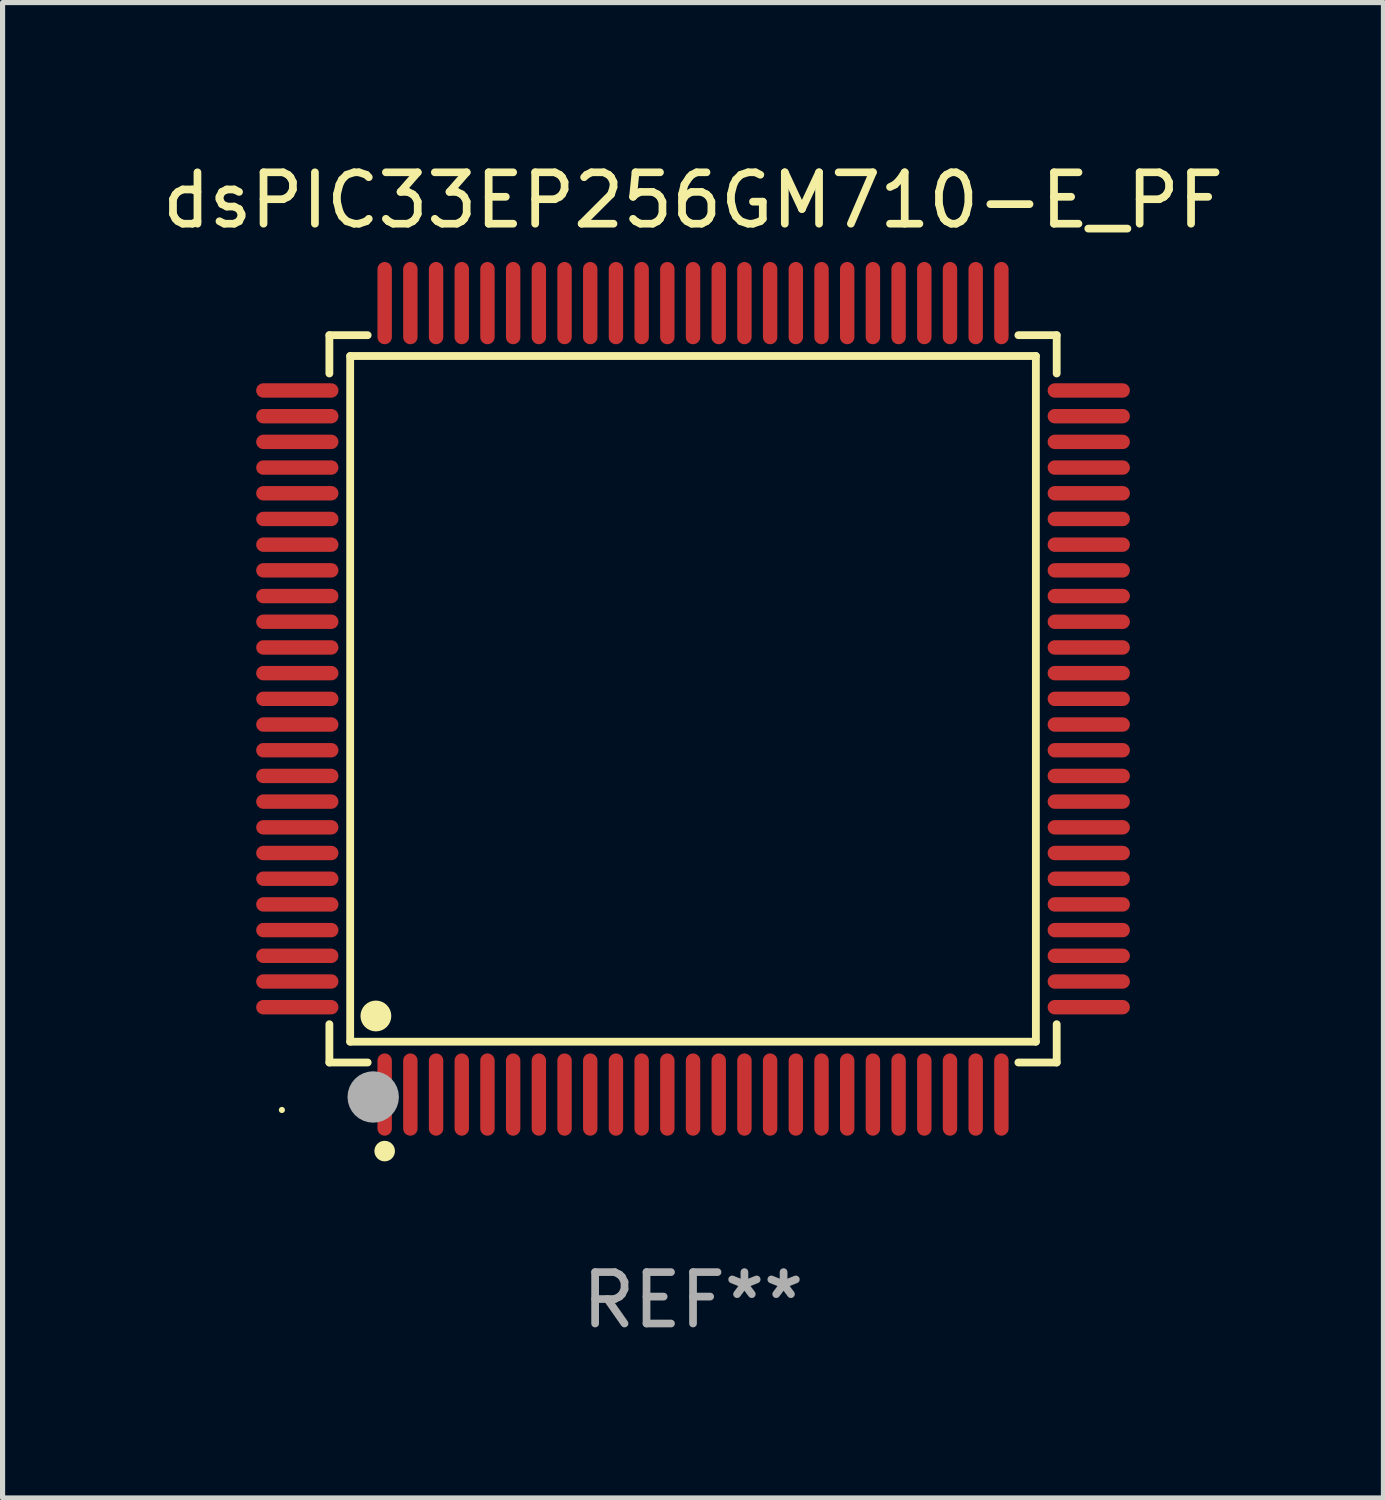
<source format=kicad_pcb>
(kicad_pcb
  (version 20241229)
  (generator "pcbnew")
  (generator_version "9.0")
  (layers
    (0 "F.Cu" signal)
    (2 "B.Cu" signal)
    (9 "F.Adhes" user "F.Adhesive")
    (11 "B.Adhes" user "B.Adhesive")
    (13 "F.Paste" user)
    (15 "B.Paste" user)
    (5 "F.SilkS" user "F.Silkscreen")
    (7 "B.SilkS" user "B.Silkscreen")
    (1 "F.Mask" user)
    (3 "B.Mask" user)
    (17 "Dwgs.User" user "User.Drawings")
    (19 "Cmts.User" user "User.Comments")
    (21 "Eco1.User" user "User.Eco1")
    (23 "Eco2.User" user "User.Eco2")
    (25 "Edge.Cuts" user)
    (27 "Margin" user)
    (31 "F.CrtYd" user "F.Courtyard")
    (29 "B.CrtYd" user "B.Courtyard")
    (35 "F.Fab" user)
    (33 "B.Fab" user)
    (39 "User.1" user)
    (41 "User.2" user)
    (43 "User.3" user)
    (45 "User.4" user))
  (footprint "dsPIC33EP256GM710-E_PF"
    (layer "F.Cu")
    (at 10.435 10.548)
    (property "Reference" "dsPIC33EP256GM710-E_PF" (at 0 -9.7 0) (layer "F.SilkS") (effects (font (size 1 1) (thickness 0.15))))
    (attr through_hole)
    (fp_line (start -7.076 -7.076) (end -6.331 -7.076) (stroke (width 0.152) (type solid)) (layer "F.SilkS"))
    (fp_line (start -7.076 -6.331) (end -7.076 -7.076) (stroke (width 0.152) (type solid)) (layer "F.SilkS"))
    (fp_line (start -7.076 6.331) (end -7.076 7.076) (stroke (width 0.152) (type solid)) (layer "F.SilkS"))
    (fp_line (start -7.076 7.076) (end -6.331 7.076) (stroke (width 0.152) (type solid)) (layer "F.SilkS"))
    (fp_line (start -6.671 -6.671) (end 6.671 -6.671) (stroke (width 0.152) (type solid)) (layer "F.SilkS"))
    (fp_line (start -6.671 6.671) (end -6.671 -6.671) (stroke (width 0.152) (type solid)) (layer "F.SilkS"))
    (fp_line (start 6.671 -6.671) (end 6.671 6.671) (stroke (width 0.152) (type solid)) (layer "F.SilkS"))
    (fp_line (start 6.671 6.671) (end -6.671 6.671) (stroke (width 0.152) (type solid)) (layer "F.SilkS"))
    (fp_line (start 7.076 -7.076) (end 6.331 -7.076) (stroke (width 0.152) (type solid)) (layer "F.SilkS"))
    (fp_line (start 7.076 -6.331) (end 7.076 -7.076) (stroke (width 0.152) (type solid)) (layer "F.SilkS"))
    (fp_line (start 7.076 6.331) (end 7.076 7.076) (stroke (width 0.152) (type solid)) (layer "F.SilkS"))
    (fp_line (start 7.076 7.076) (end 6.331 7.076) (stroke (width 0.152) (type solid)) (layer "F.SilkS"))
    (fp_circle (center -8 8) (end -7.97 8) (stroke (width 0.06) (type solid)) (fill no) (layer "F.SilkS"))
    (fp_circle (center -6.171 6.171) (end -6.021 6.171) (stroke (width 0.3) (type solid)) (fill no) (layer "F.SilkS"))
    (fp_circle (center -6 8.8) (end -5.9 8.8) (stroke (width 0.2) (type solid)) (fill no) (layer "F.SilkS"))
    (fp_circle (center -6.223 7.747) (end -5.973 7.747) (stroke (width 0.5) (type solid)) (fill no) (layer "F.Fab"))
    (fp_text user "REF**" (at 0 11.7 0) (layer "F.Fab") (effects (font (size 1 1) (thickness 0.15))))
    (pad "1" smd oval (at -6 7.7) (size 0.28 1.6) (layers "F.Cu" "F.Mask" "F.Paste"))
    (pad "2" smd oval (at -5.5 7.7) (size 0.28 1.6) (layers "F.Cu" "F.Mask" "F.Paste"))
    (pad "3" smd oval (at -5 7.7) (size 0.28 1.6) (layers "F.Cu" "F.Mask" "F.Paste"))
    (pad "4" smd oval (at -4.5 7.7) (size 0.28 1.6) (layers "F.Cu" "F.Mask" "F.Paste"))
    (pad "5" smd oval (at -4 7.7) (size 0.28 1.6) (layers "F.Cu" "F.Mask" "F.Paste"))
    (pad "6" smd oval (at -3.5 7.7) (size 0.28 1.6) (layers "F.Cu" "F.Mask" "F.Paste"))
    (pad "7" smd oval (at -3 7.7) (size 0.28 1.6) (layers "F.Cu" "F.Mask" "F.Paste"))
    (pad "8" smd oval (at -2.5 7.7) (size 0.28 1.6) (layers "F.Cu" "F.Mask" "F.Paste"))
    (pad "9" smd oval (at -2 7.7) (size 0.28 1.6) (layers "F.Cu" "F.Mask" "F.Paste"))
    (pad "10" smd oval (at -1.5 7.7) (size 0.28 1.6) (layers "F.Cu" "F.Mask" "F.Paste"))
    (pad "11" smd oval (at -1 7.7) (size 0.28 1.6) (layers "F.Cu" "F.Mask" "F.Paste"))
    (pad "12" smd oval (at -0.5 7.7) (size 0.28 1.6) (layers "F.Cu" "F.Mask" "F.Paste"))
    (pad "13" smd oval (at 0 7.7) (size 0.28 1.6) (layers "F.Cu" "F.Mask" "F.Paste"))
    (pad "14" smd oval (at 0.5 7.7) (size 0.28 1.6) (layers "F.Cu" "F.Mask" "F.Paste"))
    (pad "15" smd oval (at 1 7.7) (size 0.28 1.6) (layers "F.Cu" "F.Mask" "F.Paste"))
    (pad "16" smd oval (at 1.5 7.7) (size 0.28 1.6) (layers "F.Cu" "F.Mask" "F.Paste"))
    (pad "17" smd oval (at 2 7.7) (size 0.28 1.6) (layers "F.Cu" "F.Mask" "F.Paste"))
    (pad "18" smd oval (at 2.5 7.7) (size 0.28 1.6) (layers "F.Cu" "F.Mask" "F.Paste"))
    (pad "19" smd oval (at 3 7.7) (size 0.28 1.6) (layers "F.Cu" "F.Mask" "F.Paste"))
    (pad "20" smd oval (at 3.5 7.7) (size 0.28 1.6) (layers "F.Cu" "F.Mask" "F.Paste"))
    (pad "21" smd oval (at 4 7.7) (size 0.28 1.6) (layers "F.Cu" "F.Mask" "F.Paste"))
    (pad "22" smd oval (at 4.5 7.7) (size 0.28 1.6) (layers "F.Cu" "F.Mask" "F.Paste"))
    (pad "23" smd oval (at 5 7.7) (size 0.28 1.6) (layers "F.Cu" "F.Mask" "F.Paste"))
    (pad "24" smd oval (at 5.5 7.7) (size 0.28 1.6) (layers "F.Cu" "F.Mask" "F.Paste"))
    (pad "25" smd oval (at 6 7.7) (size 0.28 1.6) (layers "F.Cu" "F.Mask" "F.Paste"))
    (pad "26" smd oval (at 7.7 6) (size 1.6 0.28) (layers "F.Cu" "F.Mask" "F.Paste"))
    (pad "27" smd oval (at 7.7 5.5) (size 1.6 0.28) (layers "F.Cu" "F.Mask" "F.Paste"))
    (pad "28" smd oval (at 7.7 5) (size 1.6 0.28) (layers "F.Cu" "F.Mask" "F.Paste"))
    (pad "29" smd oval (at 7.7 4.5) (size 1.6 0.28) (layers "F.Cu" "F.Mask" "F.Paste"))
    (pad "30" smd oval (at 7.7 4) (size 1.6 0.28) (layers "F.Cu" "F.Mask" "F.Paste"))
    (pad "31" smd oval (at 7.7 3.5) (size 1.6 0.28) (layers "F.Cu" "F.Mask" "F.Paste"))
    (pad "32" smd oval (at 7.7 3) (size 1.6 0.28) (layers "F.Cu" "F.Mask" "F.Paste"))
    (pad "33" smd oval (at 7.7 2.5) (size 1.6 0.28) (layers "F.Cu" "F.Mask" "F.Paste"))
    (pad "34" smd oval (at 7.7 2) (size 1.6 0.28) (layers "F.Cu" "F.Mask" "F.Paste"))
    (pad "35" smd oval (at 7.7 1.5) (size 1.6 0.28) (layers "F.Cu" "F.Mask" "F.Paste"))
    (pad "36" smd oval (at 7.7 1) (size 1.6 0.28) (layers "F.Cu" "F.Mask" "F.Paste"))
    (pad "37" smd oval (at 7.7 0.5) (size 1.6 0.28) (layers "F.Cu" "F.Mask" "F.Paste"))
    (pad "38" smd oval (at 7.7 0) (size 1.6 0.28) (layers "F.Cu" "F.Mask" "F.Paste"))
    (pad "39" smd oval (at 7.7 -0.5) (size 1.6 0.28) (layers "F.Cu" "F.Mask" "F.Paste"))
    (pad "40" smd oval (at 7.7 -1) (size 1.6 0.28) (layers "F.Cu" "F.Mask" "F.Paste"))
    (pad "41" smd oval (at 7.7 -1.5) (size 1.6 0.28) (layers "F.Cu" "F.Mask" "F.Paste"))
    (pad "42" smd oval (at 7.7 -2) (size 1.6 0.28) (layers "F.Cu" "F.Mask" "F.Paste"))
    (pad "43" smd oval (at 7.7 -2.5) (size 1.6 0.28) (layers "F.Cu" "F.Mask" "F.Paste"))
    (pad "44" smd oval (at 7.7 -3) (size 1.6 0.28) (layers "F.Cu" "F.Mask" "F.Paste"))
    (pad "45" smd oval (at 7.7 -3.5) (size 1.6 0.28) (layers "F.Cu" "F.Mask" "F.Paste"))
    (pad "46" smd oval (at 7.7 -4) (size 1.6 0.28) (layers "F.Cu" "F.Mask" "F.Paste"))
    (pad "47" smd oval (at 7.7 -4.5) (size 1.6 0.28) (layers "F.Cu" "F.Mask" "F.Paste"))
    (pad "48" smd oval (at 7.7 -5) (size 1.6 0.28) (layers "F.Cu" "F.Mask" "F.Paste"))
    (pad "49" smd oval (at 7.7 -5.5) (size 1.6 0.28) (layers "F.Cu" "F.Mask" "F.Paste"))
    (pad "50" smd oval (at 7.7 -6) (size 1.6 0.28) (layers "F.Cu" "F.Mask" "F.Paste"))
    (pad "51" smd oval (at 6 -7.7) (size 0.28 1.6) (layers "F.Cu" "F.Mask" "F.Paste"))
    (pad "52" smd oval (at 5.5 -7.7) (size 0.28 1.6) (layers "F.Cu" "F.Mask" "F.Paste"))
    (pad "53" smd oval (at 5 -7.7) (size 0.28 1.6) (layers "F.Cu" "F.Mask" "F.Paste"))
    (pad "54" smd oval (at 4.5 -7.7) (size 0.28 1.6) (layers "F.Cu" "F.Mask" "F.Paste"))
    (pad "55" smd oval (at 4 -7.7) (size 0.28 1.6) (layers "F.Cu" "F.Mask" "F.Paste"))
    (pad "56" smd oval (at 3.5 -7.7) (size 0.28 1.6) (layers "F.Cu" "F.Mask" "F.Paste"))
    (pad "57" smd oval (at 3 -7.7) (size 0.28 1.6) (layers "F.Cu" "F.Mask" "F.Paste"))
    (pad "58" smd oval (at 2.5 -7.7) (size 0.28 1.6) (layers "F.Cu" "F.Mask" "F.Paste"))
    (pad "59" smd oval (at 2 -7.7) (size 0.28 1.6) (layers "F.Cu" "F.Mask" "F.Paste"))
    (pad "60" smd oval (at 1.5 -7.7) (size 0.28 1.6) (layers "F.Cu" "F.Mask" "F.Paste"))
    (pad "61" smd oval (at 1 -7.7) (size 0.28 1.6) (layers "F.Cu" "F.Mask" "F.Paste"))
    (pad "62" smd oval (at 0.5 -7.7) (size 0.28 1.6) (layers "F.Cu" "F.Mask" "F.Paste"))
    (pad "63" smd oval (at 0 -7.7) (size 0.28 1.6) (layers "F.Cu" "F.Mask" "F.Paste"))
    (pad "64" smd oval (at -0.5 -7.7) (size 0.28 1.6) (layers "F.Cu" "F.Mask" "F.Paste"))
    (pad "65" smd oval (at -1 -7.7) (size 0.28 1.6) (layers "F.Cu" "F.Mask" "F.Paste"))
    (pad "66" smd oval (at -1.5 -7.7) (size 0.28 1.6) (layers "F.Cu" "F.Mask" "F.Paste"))
    (pad "67" smd oval (at -2 -7.7) (size 0.28 1.6) (layers "F.Cu" "F.Mask" "F.Paste"))
    (pad "68" smd oval (at -2.5 -7.7) (size 0.28 1.6) (layers "F.Cu" "F.Mask" "F.Paste"))
    (pad "69" smd oval (at -3 -7.7) (size 0.28 1.6) (layers "F.Cu" "F.Mask" "F.Paste"))
    (pad "70" smd oval (at -3.5 -7.7) (size 0.28 1.6) (layers "F.Cu" "F.Mask" "F.Paste"))
    (pad "71" smd oval (at -4 -7.7) (size 0.28 1.6) (layers "F.Cu" "F.Mask" "F.Paste"))
    (pad "72" smd oval (at -4.5 -7.7) (size 0.28 1.6) (layers "F.Cu" "F.Mask" "F.Paste"))
    (pad "73" smd oval (at -5 -7.7) (size 0.28 1.6) (layers "F.Cu" "F.Mask" "F.Paste"))
    (pad "74" smd oval (at -5.5 -7.7) (size 0.28 1.6) (layers "F.Cu" "F.Mask" "F.Paste"))
    (pad "75" smd oval (at -6 -7.7) (size 0.28 1.6) (layers "F.Cu" "F.Mask" "F.Paste"))
    (pad "76" smd oval (at -7.7 -6) (size 1.6 0.28) (layers "F.Cu" "F.Mask" "F.Paste"))
    (pad "77" smd oval (at -7.7 -5.5) (size 1.6 0.28) (layers "F.Cu" "F.Mask" "F.Paste"))
    (pad "78" smd oval (at -7.7 -5) (size 1.6 0.28) (layers "F.Cu" "F.Mask" "F.Paste"))
    (pad "79" smd oval (at -7.7 -4.5) (size 1.6 0.28) (layers "F.Cu" "F.Mask" "F.Paste"))
    (pad "80" smd oval (at -7.7 -4) (size 1.6 0.28) (layers "F.Cu" "F.Mask" "F.Paste"))
    (pad "81" smd oval (at -7.7 -3.5) (size 1.6 0.28) (layers "F.Cu" "F.Mask" "F.Paste"))
    (pad "82" smd oval (at -7.7 -3) (size 1.6 0.28) (layers "F.Cu" "F.Mask" "F.Paste"))
    (pad "83" smd oval (at -7.7 -2.5) (size 1.6 0.28) (layers "F.Cu" "F.Mask" "F.Paste"))
    (pad "84" smd oval (at -7.7 -2) (size 1.6 0.28) (layers "F.Cu" "F.Mask" "F.Paste"))
    (pad "85" smd oval (at -7.7 -1.5) (size 1.6 0.28) (layers "F.Cu" "F.Mask" "F.Paste"))
    (pad "86" smd oval (at -7.7 -1) (size 1.6 0.28) (layers "F.Cu" "F.Mask" "F.Paste"))
    (pad "87" smd oval (at -7.7 -0.5) (size 1.6 0.28) (layers "F.Cu" "F.Mask" "F.Paste"))
    (pad "88" smd oval (at -7.7 0) (size 1.6 0.28) (layers "F.Cu" "F.Mask" "F.Paste"))
    (pad "89" smd oval (at -7.7 0.5) (size 1.6 0.28) (layers "F.Cu" "F.Mask" "F.Paste"))
    (pad "90" smd oval (at -7.7 1) (size 1.6 0.28) (layers "F.Cu" "F.Mask" "F.Paste"))
    (pad "91" smd oval (at -7.7 1.5) (size 1.6 0.28) (layers "F.Cu" "F.Mask" "F.Paste"))
    (pad "92" smd oval (at -7.7 2) (size 1.6 0.28) (layers "F.Cu" "F.Mask" "F.Paste"))
    (pad "93" smd oval (at -7.7 2.5) (size 1.6 0.28) (layers "F.Cu" "F.Mask" "F.Paste"))
    (pad "94" smd oval (at -7.7 3) (size 1.6 0.28) (layers "F.Cu" "F.Mask" "F.Paste"))
    (pad "95" smd oval (at -7.7 3.5) (size 1.6 0.28) (layers "F.Cu" "F.Mask" "F.Paste"))
    (pad "96" smd oval (at -7.7 4) (size 1.6 0.28) (layers "F.Cu" "F.Mask" "F.Paste"))
    (pad "97" smd oval (at -7.7 4.5) (size 1.6 0.28) (layers "F.Cu" "F.Mask" "F.Paste"))
    (pad "98" smd oval (at -7.7 5) (size 1.6 0.28) (layers "F.Cu" "F.Mask" "F.Paste"))
    (pad "99" smd oval (at -7.7 5.5) (size 1.6 0.28) (layers "F.Cu" "F.Mask" "F.Paste"))
    (pad "100" smd oval (at -7.7 6) (size 1.6 0.28) (layers "F.Cu" "F.Mask" "F.Paste")))
  (gr_rect
    (start -3 -3)
    (end 23.869 26.097)
    (stroke (width 0.1) (type default))
    (fill no)
    (layer "Edge.Cuts")))
</source>
